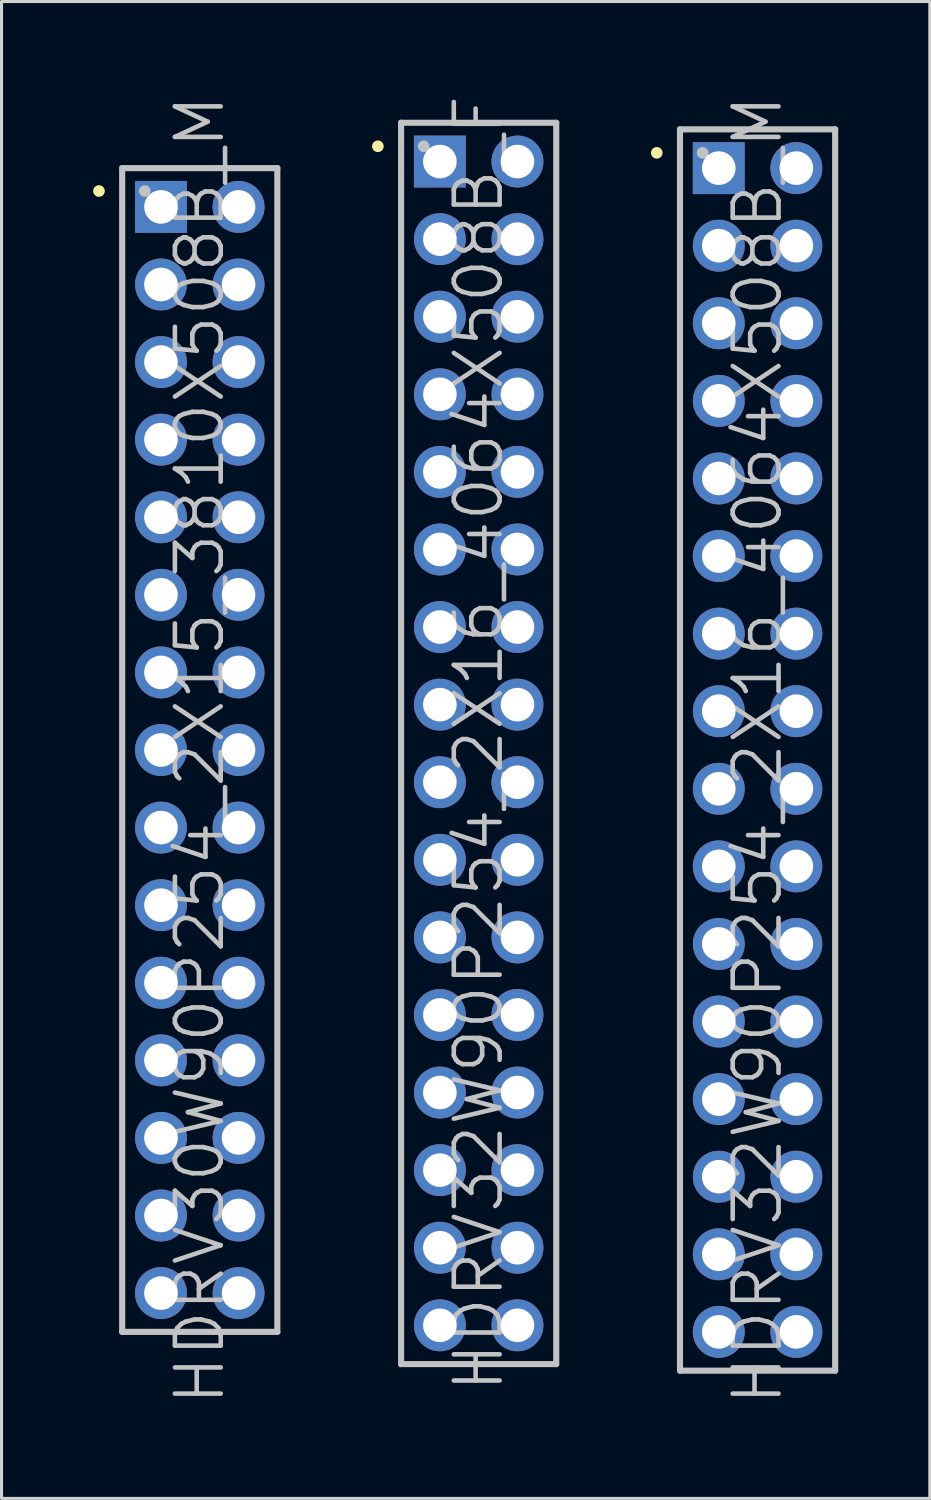
<source format=kicad_pcb>
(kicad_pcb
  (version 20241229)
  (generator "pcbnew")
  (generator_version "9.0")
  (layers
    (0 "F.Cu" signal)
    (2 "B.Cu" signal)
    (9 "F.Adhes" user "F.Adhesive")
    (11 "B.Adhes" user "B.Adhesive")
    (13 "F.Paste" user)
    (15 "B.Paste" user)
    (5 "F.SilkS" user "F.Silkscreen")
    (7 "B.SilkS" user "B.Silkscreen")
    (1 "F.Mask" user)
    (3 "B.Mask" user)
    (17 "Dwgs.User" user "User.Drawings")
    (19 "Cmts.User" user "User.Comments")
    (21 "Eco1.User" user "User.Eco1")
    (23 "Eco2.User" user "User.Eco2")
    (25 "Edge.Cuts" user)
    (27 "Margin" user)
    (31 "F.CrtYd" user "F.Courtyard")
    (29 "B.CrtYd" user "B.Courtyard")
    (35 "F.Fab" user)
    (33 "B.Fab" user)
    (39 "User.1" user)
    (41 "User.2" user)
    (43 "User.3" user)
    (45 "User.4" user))
  (footprint "HDRV30W90P254_2X15_3810X508B_M"
    (layer "F.Cu")
    (at 3.49 21.504)
    (property "Reference" "HDRV30W90P254_2X15_3810X508B_M" (at 0 0 90) (layer "Dwgs.User") (effects (font (size 1.5 1.5) (thickness 0.15))))
    (attr through_hole)
    (fp_line (start -3.3 -18.3) (end -3.3 -18.3) (stroke (width 0.381) (type solid)) (layer "F.SilkS"))
    (fp_line (start -2.54 -19.05) (end -2.54 19.05) (stroke (width 0.2) (type solid)) (layer "Dwgs.User"))
    (fp_line (start -2.54 -19.05) (end 2.54 -19.05) (stroke (width 0.2) (type solid)) (layer "Dwgs.User"))
    (fp_line (start -2.54 19.05) (end 2.54 19.05) (stroke (width 0.2) (type solid)) (layer "Dwgs.User"))
    (fp_line (start -1.8 -18.3) (end -1.8 -18.3) (stroke (width 0.381) (type solid)) (layer "Dwgs.User"))
    (fp_line (start 2.54 -19.05) (end 2.54 19.05) (stroke (width 0.2) (type solid)) (layer "Dwgs.User"))
    (pad "1" thru_hole rect (at -1.27 -17.78) (size 1.7 1.7) (drill 1.1) (layers "*.Cu" "*.Mask"))
    (pad "2" thru_hole circle (at 1.27 -17.78 270) (size 1.7 1.7) (drill 1.1) (layers "*.Cu" "*.Mask"))
    (pad "3" thru_hole circle (at -1.27 -15.24 270) (size 1.7 1.7) (drill 1.1) (layers "*.Cu" "*.Mask"))
    (pad "4" thru_hole circle (at 1.27 -15.24 270) (size 1.7 1.7) (drill 1.1) (layers "*.Cu" "*.Mask"))
    (pad "5" thru_hole circle (at -1.27 -12.7 270) (size 1.7 1.7) (drill 1.1) (layers "*.Cu" "*.Mask"))
    (pad "6" thru_hole circle (at 1.27 -12.7 270) (size 1.7 1.7) (drill 1.1) (layers "*.Cu" "*.Mask"))
    (pad "7" thru_hole circle (at -1.27 -10.16 270) (size 1.7 1.7) (drill 1.1) (layers "*.Cu" "*.Mask"))
    (pad "8" thru_hole circle (at 1.27 -10.16 270) (size 1.7 1.7) (drill 1.1) (layers "*.Cu" "*.Mask"))
    (pad "9" thru_hole circle (at -1.27 -7.62 270) (size 1.7 1.7) (drill 1.1) (layers "*.Cu" "*.Mask"))
    (pad "10" thru_hole circle (at 1.27 -7.62 270) (size 1.7 1.7) (drill 1.1) (layers "*.Cu" "*.Mask"))
    (pad "11" thru_hole circle (at -1.27 -5.08 270) (size 1.7 1.7) (drill 1.1) (layers "*.Cu" "*.Mask"))
    (pad "12" thru_hole circle (at 1.27 -5.08 270) (size 1.7 1.7) (drill 1.1) (layers "*.Cu" "*.Mask"))
    (pad "13" thru_hole circle (at -1.27 -2.54 270) (size 1.7 1.7) (drill 1.1) (layers "*.Cu" "*.Mask"))
    (pad "14" thru_hole circle (at 1.27 -2.54 270) (size 1.7 1.7) (drill 1.1) (layers "*.Cu" "*.Mask"))
    (pad "15" thru_hole circle (at -1.27 0 270) (size 1.7 1.7) (drill 1.1) (layers "*.Cu" "*.Mask"))
    (pad "16" thru_hole circle (at 1.27 0 270) (size 1.7 1.7) (drill 1.1) (layers "*.Cu" "*.Mask"))
    (pad "17" thru_hole circle (at -1.27 2.54 270) (size 1.7 1.7) (drill 1.1) (layers "*.Cu" "*.Mask"))
    (pad "18" thru_hole circle (at 1.27 2.54 270) (size 1.7 1.7) (drill 1.1) (layers "*.Cu" "*.Mask"))
    (pad "19" thru_hole circle (at -1.27 5.08 270) (size 1.7 1.7) (drill 1.1) (layers "*.Cu" "*.Mask"))
    (pad "20" thru_hole circle (at 1.27 5.08 270) (size 1.7 1.7) (drill 1.1) (layers "*.Cu" "*.Mask"))
    (pad "21" thru_hole circle (at -1.27 7.62 270) (size 1.7 1.7) (drill 1.1) (layers "*.Cu" "*.Mask"))
    (pad "22" thru_hole circle (at 1.27 7.62 270) (size 1.7 1.7) (drill 1.1) (layers "*.Cu" "*.Mask"))
    (pad "23" thru_hole circle (at -1.27 10.16 270) (size 1.7 1.7) (drill 1.1) (layers "*.Cu" "*.Mask"))
    (pad "24" thru_hole circle (at 1.27 10.16 270) (size 1.7 1.7) (drill 1.1) (layers "*.Cu" "*.Mask"))
    (pad "25" thru_hole circle (at -1.27 12.7 270) (size 1.7 1.7) (drill 1.1) (layers "*.Cu" "*.Mask"))
    (pad "26" thru_hole circle (at 1.27 12.7 270) (size 1.7 1.7) (drill 1.1) (layers "*.Cu" "*.Mask"))
    (pad "27" thru_hole circle (at -1.27 15.24 270) (size 1.7 1.7) (drill 1.1) (layers "*.Cu" "*.Mask"))
    (pad "28" thru_hole circle (at 1.27 15.24 270) (size 1.7 1.7) (drill 1.1) (layers "*.Cu" "*.Mask"))
    (pad "29" thru_hole circle (at -1.27 17.78 270) (size 1.7 1.7) (drill 1.1) (layers "*.Cu" "*.Mask"))
    (pad "30" thru_hole circle (at 1.27 17.78 270) (size 1.7 1.7) (drill 1.1) (layers "*.Cu" "*.Mask")))
  (footprint "HDRV32W90P254_2X16_4064X508B_M"
    (layer "F.Cu")
    (at 21.752 21.504)
    (property "Reference" "HDRV32W90P254_2X16_4064X508B_M" (at 0 0 90) (layer "Dwgs.User") (effects (font (size 1.5 1.5) (thickness 0.15))))
    (attr through_hole)
    (fp_line (start -3.3 -19.55) (end -3.3 -19.55) (stroke (width 0.381) (type solid)) (layer "F.SilkS"))
    (fp_line (start -2.54 -20.32) (end -2.54 20.32) (stroke (width 0.2) (type solid)) (layer "Dwgs.User"))
    (fp_line (start -2.54 -20.32) (end 2.54 -20.32) (stroke (width 0.2) (type solid)) (layer "Dwgs.User"))
    (fp_line (start -2.54 20.32) (end 2.54 20.32) (stroke (width 0.2) (type solid)) (layer "Dwgs.User"))
    (fp_line (start -1.8 -19.55) (end -1.8 -19.55) (stroke (width 0.381) (type solid)) (layer "Dwgs.User"))
    (fp_line (start 2.54 -20.32) (end 2.54 20.32) (stroke (width 0.2) (type solid)) (layer "Dwgs.User"))
    (pad "1" thru_hole rect (at -1.27 -19.05) (size 1.7 1.7) (drill 1.1) (layers "*.Cu" "*.Mask"))
    (pad "2" thru_hole circle (at 1.27 -19.05 270) (size 1.7 1.7) (drill 1.1) (layers "*.Cu" "*.Mask"))
    (pad "3" thru_hole circle (at -1.27 -16.51 270) (size 1.7 1.7) (drill 1.1) (layers "*.Cu" "*.Mask"))
    (pad "4" thru_hole circle (at 1.27 -16.51 270) (size 1.7 1.7) (drill 1.1) (layers "*.Cu" "*.Mask"))
    (pad "5" thru_hole circle (at -1.27 -13.97 270) (size 1.7 1.7) (drill 1.1) (layers "*.Cu" "*.Mask"))
    (pad "6" thru_hole circle (at 1.27 -13.97 270) (size 1.7 1.7) (drill 1.1) (layers "*.Cu" "*.Mask"))
    (pad "7" thru_hole circle (at -1.27 -11.43 270) (size 1.7 1.7) (drill 1.1) (layers "*.Cu" "*.Mask"))
    (pad "8" thru_hole circle (at 1.27 -11.43 270) (size 1.7 1.7) (drill 1.1) (layers "*.Cu" "*.Mask"))
    (pad "9" thru_hole circle (at -1.27 -8.89 270) (size 1.7 1.7) (drill 1.1) (layers "*.Cu" "*.Mask"))
    (pad "10" thru_hole circle (at 1.27 -8.89 270) (size 1.7 1.7) (drill 1.1) (layers "*.Cu" "*.Mask"))
    (pad "11" thru_hole circle (at -1.27 -6.35 270) (size 1.7 1.7) (drill 1.1) (layers "*.Cu" "*.Mask"))
    (pad "12" thru_hole circle (at 1.27 -6.35 270) (size 1.7 1.7) (drill 1.1) (layers "*.Cu" "*.Mask"))
    (pad "13" thru_hole circle (at -1.27 -3.81 270) (size 1.7 1.7) (drill 1.1) (layers "*.Cu" "*.Mask"))
    (pad "14" thru_hole circle (at 1.27 -3.81 270) (size 1.7 1.7) (drill 1.1) (layers "*.Cu" "*.Mask"))
    (pad "15" thru_hole circle (at -1.27 -1.27 270) (size 1.7 1.7) (drill 1.1) (layers "*.Cu" "*.Mask"))
    (pad "16" thru_hole circle (at 1.27 -1.27 270) (size 1.7 1.7) (drill 1.1) (layers "*.Cu" "*.Mask"))
    (pad "17" thru_hole circle (at -1.27 1.27 270) (size 1.7 1.7) (drill 1.1) (layers "*.Cu" "*.Mask"))
    (pad "18" thru_hole circle (at 1.27 1.27 270) (size 1.7 1.7) (drill 1.1) (layers "*.Cu" "*.Mask"))
    (pad "19" thru_hole circle (at -1.27 3.81 270) (size 1.7 1.7) (drill 1.1) (layers "*.Cu" "*.Mask"))
    (pad "20" thru_hole circle (at 1.27 3.81 270) (size 1.7 1.7) (drill 1.1) (layers "*.Cu" "*.Mask"))
    (pad "21" thru_hole circle (at -1.27 6.35 270) (size 1.7 1.7) (drill 1.1) (layers "*.Cu" "*.Mask"))
    (pad "22" thru_hole circle (at 1.27 6.35 270) (size 1.7 1.7) (drill 1.1) (layers "*.Cu" "*.Mask"))
    (pad "23" thru_hole circle (at -1.27 8.89 270) (size 1.7 1.7) (drill 1.1) (layers "*.Cu" "*.Mask"))
    (pad "24" thru_hole circle (at 1.27 8.89 270) (size 1.7 1.7) (drill 1.1) (layers "*.Cu" "*.Mask"))
    (pad "25" thru_hole circle (at -1.27 11.43 270) (size 1.7 1.7) (drill 1.1) (layers "*.Cu" "*.Mask"))
    (pad "26" thru_hole circle (at 1.27 11.43 270) (size 1.7 1.7) (drill 1.1) (layers "*.Cu" "*.Mask"))
    (pad "27" thru_hole circle (at -1.27 13.97 270) (size 1.7 1.7) (drill 1.1) (layers "*.Cu" "*.Mask"))
    (pad "28" thru_hole circle (at 1.27 13.97 270) (size 1.7 1.7) (drill 1.1) (layers "*.Cu" "*.Mask"))
    (pad "29" thru_hole circle (at -1.27 16.51 270) (size 1.7 1.7) (drill 1.1) (layers "*.Cu" "*.Mask"))
    (pad "30" thru_hole circle (at 1.27 16.51 270) (size 1.7 1.7) (drill 1.1) (layers "*.Cu" "*.Mask"))
    (pad "31" thru_hole circle (at -1.27 19.05 270) (size 1.7 1.7) (drill 1.1) (layers "*.Cu" "*.Mask"))
    (pad "32" thru_hole circle (at 1.27 19.05 270) (size 1.7 1.7) (drill 1.1) (layers "*.Cu" "*.Mask")))
  (footprint "HDRV32W90P254_2X16_4064X508B_F"
    (layer "F.Cu")
    (at 12.621 21.289)
    (property "Reference" "HDRV32W90P254_2X16_4064X508B_F" (at 0 0 90) (layer "Dwgs.User") (effects (font (size 1.5 1.5) (thickness 0.15))))
    (attr through_hole)
    (fp_line (start -3.3 -19.55) (end -3.3 -19.55) (stroke (width 0.381) (type solid)) (layer "F.SilkS"))
    (fp_line (start -2.54 -20.32) (end -2.54 20.32) (stroke (width 0.2) (type solid)) (layer "Dwgs.User"))
    (fp_line (start -2.54 -20.32) (end 2.54 -20.32) (stroke (width 0.2) (type solid)) (layer "Dwgs.User"))
    (fp_line (start -2.54 20.32) (end 2.54 20.32) (stroke (width 0.2) (type solid)) (layer "Dwgs.User"))
    (fp_line (start -1.8 -19.55) (end -1.8 -19.55) (stroke (width 0.381) (type solid)) (layer "Dwgs.User"))
    (fp_line (start 2.54 -20.32) (end 2.54 20.32) (stroke (width 0.2) (type solid)) (layer "Dwgs.User"))
    (pad "1" thru_hole rect (at -1.27 -19.05) (size 1.7 1.7) (drill 1.1) (layers "*.Cu" "*.Mask"))
    (pad "2" thru_hole circle (at 1.27 -19.05 270) (size 1.7 1.7) (drill 1.1) (layers "*.Cu" "*.Mask"))
    (pad "3" thru_hole circle (at -1.27 -16.51 270) (size 1.7 1.7) (drill 1.1) (layers "*.Cu" "*.Mask"))
    (pad "4" thru_hole circle (at 1.27 -16.51 270) (size 1.7 1.7) (drill 1.1) (layers "*.Cu" "*.Mask"))
    (pad "5" thru_hole circle (at -1.27 -13.97 270) (size 1.7 1.7) (drill 1.1) (layers "*.Cu" "*.Mask"))
    (pad "6" thru_hole circle (at 1.27 -13.97 270) (size 1.7 1.7) (drill 1.1) (layers "*.Cu" "*.Mask"))
    (pad "7" thru_hole circle (at -1.27 -11.43 270) (size 1.7 1.7) (drill 1.1) (layers "*.Cu" "*.Mask"))
    (pad "8" thru_hole circle (at 1.27 -11.43 270) (size 1.7 1.7) (drill 1.1) (layers "*.Cu" "*.Mask"))
    (pad "9" thru_hole circle (at -1.27 -8.89 270) (size 1.7 1.7) (drill 1.1) (layers "*.Cu" "*.Mask"))
    (pad "10" thru_hole circle (at 1.27 -8.89 270) (size 1.7 1.7) (drill 1.1) (layers "*.Cu" "*.Mask"))
    (pad "11" thru_hole circle (at -1.27 -6.35 270) (size 1.7 1.7) (drill 1.1) (layers "*.Cu" "*.Mask"))
    (pad "12" thru_hole circle (at 1.27 -6.35 270) (size 1.7 1.7) (drill 1.1) (layers "*.Cu" "*.Mask"))
    (pad "13" thru_hole circle (at -1.27 -3.81 270) (size 1.7 1.7) (drill 1.1) (layers "*.Cu" "*.Mask"))
    (pad "14" thru_hole circle (at 1.27 -3.81 270) (size 1.7 1.7) (drill 1.1) (layers "*.Cu" "*.Mask"))
    (pad "15" thru_hole circle (at -1.27 -1.27 270) (size 1.7 1.7) (drill 1.1) (layers "*.Cu" "*.Mask"))
    (pad "16" thru_hole circle (at 1.27 -1.27 270) (size 1.7 1.7) (drill 1.1) (layers "*.Cu" "*.Mask"))
    (pad "17" thru_hole circle (at -1.27 1.27 270) (size 1.7 1.7) (drill 1.1) (layers "*.Cu" "*.Mask"))
    (pad "18" thru_hole circle (at 1.27 1.27 270) (size 1.7 1.7) (drill 1.1) (layers "*.Cu" "*.Mask"))
    (pad "19" thru_hole circle (at -1.27 3.81 270) (size 1.7 1.7) (drill 1.1) (layers "*.Cu" "*.Mask"))
    (pad "20" thru_hole circle (at 1.27 3.81 270) (size 1.7 1.7) (drill 1.1) (layers "*.Cu" "*.Mask"))
    (pad "21" thru_hole circle (at -1.27 6.35 270) (size 1.7 1.7) (drill 1.1) (layers "*.Cu" "*.Mask"))
    (pad "22" thru_hole circle (at 1.27 6.35 270) (size 1.7 1.7) (drill 1.1) (layers "*.Cu" "*.Mask"))
    (pad "23" thru_hole circle (at -1.27 8.89 270) (size 1.7 1.7) (drill 1.1) (layers "*.Cu" "*.Mask"))
    (pad "24" thru_hole circle (at 1.27 8.89 270) (size 1.7 1.7) (drill 1.1) (layers "*.Cu" "*.Mask"))
    (pad "25" thru_hole circle (at -1.27 11.43 270) (size 1.7 1.7) (drill 1.1) (layers "*.Cu" "*.Mask"))
    (pad "26" thru_hole circle (at 1.27 11.43 270) (size 1.7 1.7) (drill 1.1) (layers "*.Cu" "*.Mask"))
    (pad "27" thru_hole circle (at -1.27 13.97 270) (size 1.7 1.7) (drill 1.1) (layers "*.Cu" "*.Mask"))
    (pad "28" thru_hole circle (at 1.27 13.97 270) (size 1.7 1.7) (drill 1.1) (layers "*.Cu" "*.Mask"))
    (pad "29" thru_hole circle (at -1.27 16.51 270) (size 1.7 1.7) (drill 1.1) (layers "*.Cu" "*.Mask"))
    (pad "30" thru_hole circle (at 1.27 16.51 270) (size 1.7 1.7) (drill 1.1) (layers "*.Cu" "*.Mask"))
    (pad "31" thru_hole circle (at -1.27 19.05 270) (size 1.7 1.7) (drill 1.1) (layers "*.Cu" "*.Mask"))
    (pad "32" thru_hole circle (at 1.27 19.05 270) (size 1.7 1.7) (drill 1.1) (layers "*.Cu" "*.Mask")))
  (gr_rect
    (start -3 -3)
    (end 27.392 46.007)
    (stroke (width 0.1) (type default))
    (fill no)
    (layer "Edge.Cuts")))
</source>
